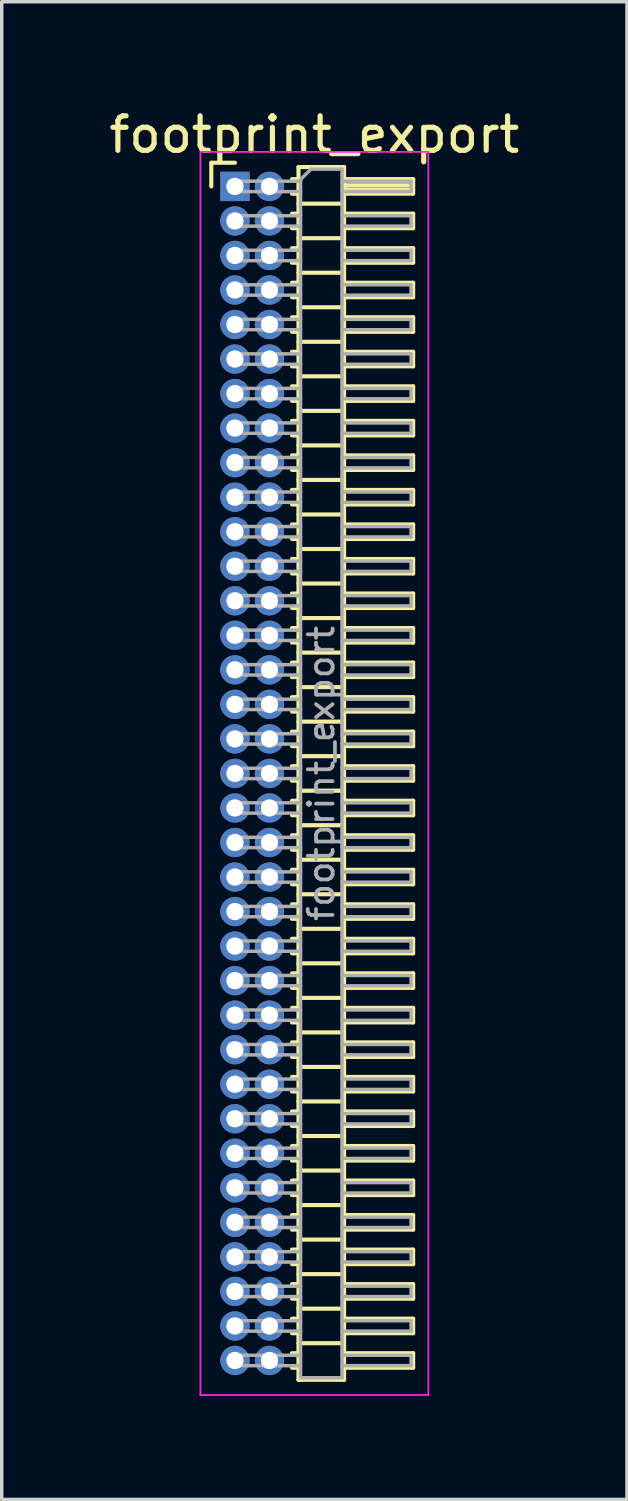
<source format=kicad_pcb>
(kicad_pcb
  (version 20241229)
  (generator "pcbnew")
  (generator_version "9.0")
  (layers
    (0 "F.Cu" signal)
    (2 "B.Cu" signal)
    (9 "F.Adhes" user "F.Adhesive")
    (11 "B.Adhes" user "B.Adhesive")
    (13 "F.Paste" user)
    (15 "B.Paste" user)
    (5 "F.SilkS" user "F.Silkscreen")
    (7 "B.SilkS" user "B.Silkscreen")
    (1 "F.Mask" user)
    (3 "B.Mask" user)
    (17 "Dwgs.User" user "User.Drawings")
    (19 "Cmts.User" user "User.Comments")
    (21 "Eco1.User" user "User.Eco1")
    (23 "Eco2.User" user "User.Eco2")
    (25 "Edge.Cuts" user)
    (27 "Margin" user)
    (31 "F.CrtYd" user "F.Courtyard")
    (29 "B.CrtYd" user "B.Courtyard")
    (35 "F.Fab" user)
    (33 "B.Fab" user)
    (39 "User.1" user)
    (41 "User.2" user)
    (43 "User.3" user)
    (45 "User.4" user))
  (footprint "footprint_export"
    (layer "F.Cu")
    (at 3.754 2.348)
    (property "Reference" "footprint_export" (at 2.3 -1.5 0) (layer "F.SilkS") (effects (font (size 1 1) (thickness 0.15))))
    (attr through_hole)
    (fp_line (start -0.685 -0.685) (end 0 -0.685) (stroke (width 0.12) (type solid)) (layer "F.SilkS"))
    (fp_line (start -0.685 0) (end -0.685 -0.685) (stroke (width 0.12) (type solid)) (layer "F.SilkS"))
    (fp_line (start 1.652 -0.21) (end 1.84 -0.21) (stroke (width 0.12) (type solid)) (layer "F.SilkS"))
    (fp_line (start 1.652 0.21) (end 1.84 0.21) (stroke (width 0.12) (type solid)) (layer "F.SilkS"))
    (fp_line (start 1.652 0.79) (end 1.84 0.79) (stroke (width 0.12) (type solid)) (layer "F.SilkS"))
    (fp_line (start 1.652 1.21) (end 1.84 1.21) (stroke (width 0.12) (type solid)) (layer "F.SilkS"))
    (fp_line (start 1.652 1.79) (end 1.84 1.79) (stroke (width 0.12) (type solid)) (layer "F.SilkS"))
    (fp_line (start 1.652 2.21) (end 1.84 2.21) (stroke (width 0.12) (type solid)) (layer "F.SilkS"))
    (fp_line (start 1.652 2.79) (end 1.84 2.79) (stroke (width 0.12) (type solid)) (layer "F.SilkS"))
    (fp_line (start 1.652 3.21) (end 1.84 3.21) (stroke (width 0.12) (type solid)) (layer "F.SilkS"))
    (fp_line (start 1.652 3.79) (end 1.84 3.79) (stroke (width 0.12) (type solid)) (layer "F.SilkS"))
    (fp_line (start 1.652 4.21) (end 1.84 4.21) (stroke (width 0.12) (type solid)) (layer "F.SilkS"))
    (fp_line (start 1.652 4.79) (end 1.84 4.79) (stroke (width 0.12) (type solid)) (layer "F.SilkS"))
    (fp_line (start 1.652 5.21) (end 1.84 5.21) (stroke (width 0.12) (type solid)) (layer "F.SilkS"))
    (fp_line (start 1.652 5.79) (end 1.84 5.79) (stroke (width 0.12) (type solid)) (layer "F.SilkS"))
    (fp_line (start 1.652 6.21) (end 1.84 6.21) (stroke (width 0.12) (type solid)) (layer "F.SilkS"))
    (fp_line (start 1.652 6.79) (end 1.84 6.79) (stroke (width 0.12) (type solid)) (layer "F.SilkS"))
    (fp_line (start 1.652 7.21) (end 1.84 7.21) (stroke (width 0.12) (type solid)) (layer "F.SilkS"))
    (fp_line (start 1.652 7.79) (end 1.84 7.79) (stroke (width 0.12) (type solid)) (layer "F.SilkS"))
    (fp_line (start 1.652 8.21) (end 1.84 8.21) (stroke (width 0.12) (type solid)) (layer "F.SilkS"))
    (fp_line (start 1.652 8.79) (end 1.84 8.79) (stroke (width 0.12) (type solid)) (layer "F.SilkS"))
    (fp_line (start 1.652 9.21) (end 1.84 9.21) (stroke (width 0.12) (type solid)) (layer "F.SilkS"))
    (fp_line (start 1.652 9.79) (end 1.84 9.79) (stroke (width 0.12) (type solid)) (layer "F.SilkS"))
    (fp_line (start 1.652 10.21) (end 1.84 10.21) (stroke (width 0.12) (type solid)) (layer "F.SilkS"))
    (fp_line (start 1.652 10.79) (end 1.84 10.79) (stroke (width 0.12) (type solid)) (layer "F.SilkS"))
    (fp_line (start 1.652 11.21) (end 1.84 11.21) (stroke (width 0.12) (type solid)) (layer "F.SilkS"))
    (fp_line (start 1.652 11.79) (end 1.84 11.79) (stroke (width 0.12) (type solid)) (layer "F.SilkS"))
    (fp_line (start 1.652 12.21) (end 1.84 12.21) (stroke (width 0.12) (type solid)) (layer "F.SilkS"))
    (fp_line (start 1.652 12.79) (end 1.84 12.79) (stroke (width 0.12) (type solid)) (layer "F.SilkS"))
    (fp_line (start 1.652 13.21) (end 1.84 13.21) (stroke (width 0.12) (type solid)) (layer "F.SilkS"))
    (fp_line (start 1.652 13.79) (end 1.84 13.79) (stroke (width 0.12) (type solid)) (layer "F.SilkS"))
    (fp_line (start 1.652 14.21) (end 1.84 14.21) (stroke (width 0.12) (type solid)) (layer "F.SilkS"))
    (fp_line (start 1.652 14.79) (end 1.84 14.79) (stroke (width 0.12) (type solid)) (layer "F.SilkS"))
    (fp_line (start 1.652 15.21) (end 1.84 15.21) (stroke (width 0.12) (type solid)) (layer "F.SilkS"))
    (fp_line (start 1.652 15.79) (end 1.84 15.79) (stroke (width 0.12) (type solid)) (layer "F.SilkS"))
    (fp_line (start 1.652 16.21) (end 1.84 16.21) (stroke (width 0.12) (type solid)) (layer "F.SilkS"))
    (fp_line (start 1.652 16.79) (end 1.84 16.79) (stroke (width 0.12) (type solid)) (layer "F.SilkS"))
    (fp_line (start 1.652 17.21) (end 1.84 17.21) (stroke (width 0.12) (type solid)) (layer "F.SilkS"))
    (fp_line (start 1.652 17.79) (end 1.84 17.79) (stroke (width 0.12) (type solid)) (layer "F.SilkS"))
    (fp_line (start 1.652 18.21) (end 1.84 18.21) (stroke (width 0.12) (type solid)) (layer "F.SilkS"))
    (fp_line (start 1.652 18.79) (end 1.84 18.79) (stroke (width 0.12) (type solid)) (layer "F.SilkS"))
    (fp_line (start 1.652 19.21) (end 1.84 19.21) (stroke (width 0.12) (type solid)) (layer "F.SilkS"))
    (fp_line (start 1.652 19.79) (end 1.84 19.79) (stroke (width 0.12) (type solid)) (layer "F.SilkS"))
    (fp_line (start 1.652 20.21) (end 1.84 20.21) (stroke (width 0.12) (type solid)) (layer "F.SilkS"))
    (fp_line (start 1.652 20.79) (end 1.84 20.79) (stroke (width 0.12) (type solid)) (layer "F.SilkS"))
    (fp_line (start 1.652 21.21) (end 1.84 21.21) (stroke (width 0.12) (type solid)) (layer "F.SilkS"))
    (fp_line (start 1.652 21.79) (end 1.84 21.79) (stroke (width 0.12) (type solid)) (layer "F.SilkS"))
    (fp_line (start 1.652 22.21) (end 1.84 22.21) (stroke (width 0.12) (type solid)) (layer "F.SilkS"))
    (fp_line (start 1.652 22.79) (end 1.84 22.79) (stroke (width 0.12) (type solid)) (layer "F.SilkS"))
    (fp_line (start 1.652 23.21) (end 1.84 23.21) (stroke (width 0.12) (type solid)) (layer "F.SilkS"))
    (fp_line (start 1.652 23.79) (end 1.84 23.79) (stroke (width 0.12) (type solid)) (layer "F.SilkS"))
    (fp_line (start 1.652 24.21) (end 1.84 24.21) (stroke (width 0.12) (type solid)) (layer "F.SilkS"))
    (fp_line (start 1.652 24.79) (end 1.84 24.79) (stroke (width 0.12) (type solid)) (layer "F.SilkS"))
    (fp_line (start 1.652 25.21) (end 1.84 25.21) (stroke (width 0.12) (type solid)) (layer "F.SilkS"))
    (fp_line (start 1.652 25.79) (end 1.84 25.79) (stroke (width 0.12) (type solid)) (layer "F.SilkS"))
    (fp_line (start 1.652 26.21) (end 1.84 26.21) (stroke (width 0.12) (type solid)) (layer "F.SilkS"))
    (fp_line (start 1.652 26.79) (end 1.84 26.79) (stroke (width 0.12) (type solid)) (layer "F.SilkS"))
    (fp_line (start 1.652 27.21) (end 1.84 27.21) (stroke (width 0.12) (type solid)) (layer "F.SilkS"))
    (fp_line (start 1.652 27.79) (end 1.84 27.79) (stroke (width 0.12) (type solid)) (layer "F.SilkS"))
    (fp_line (start 1.652 28.21) (end 1.84 28.21) (stroke (width 0.12) (type solid)) (layer "F.SilkS"))
    (fp_line (start 1.652 28.79) (end 1.84 28.79) (stroke (width 0.12) (type solid)) (layer "F.SilkS"))
    (fp_line (start 1.652 29.21) (end 1.84 29.21) (stroke (width 0.12) (type solid)) (layer "F.SilkS"))
    (fp_line (start 1.652 29.79) (end 1.84 29.79) (stroke (width 0.12) (type solid)) (layer "F.SilkS"))
    (fp_line (start 1.652 30.21) (end 1.84 30.21) (stroke (width 0.12) (type solid)) (layer "F.SilkS"))
    (fp_line (start 1.652 30.79) (end 1.84 30.79) (stroke (width 0.12) (type solid)) (layer "F.SilkS"))
    (fp_line (start 1.652 31.21) (end 1.84 31.21) (stroke (width 0.12) (type solid)) (layer "F.SilkS"))
    (fp_line (start 1.652 31.79) (end 1.84 31.79) (stroke (width 0.12) (type solid)) (layer "F.SilkS"))
    (fp_line (start 1.652 32.21) (end 1.84 32.21) (stroke (width 0.12) (type solid)) (layer "F.SilkS"))
    (fp_line (start 1.652 32.79) (end 1.84 32.79) (stroke (width 0.12) (type solid)) (layer "F.SilkS"))
    (fp_line (start 1.652 33.21) (end 1.84 33.21) (stroke (width 0.12) (type solid)) (layer "F.SilkS"))
    (fp_line (start 1.652 33.79) (end 1.84 33.79) (stroke (width 0.12) (type solid)) (layer "F.SilkS"))
    (fp_line (start 1.652 34.21) (end 1.84 34.21) (stroke (width 0.12) (type solid)) (layer "F.SilkS"))
    (fp_line (start 1.84 -0.56) (end 1.84 34.56) (stroke (width 0.12) (type solid)) (layer "F.SilkS"))
    (fp_line (start 1.84 0.5) (end 3.16 0.5) (stroke (width 0.12) (type solid)) (layer "F.SilkS"))
    (fp_line (start 1.84 1.5) (end 3.16 1.5) (stroke (width 0.12) (type solid)) (layer "F.SilkS"))
    (fp_line (start 1.84 2.5) (end 3.16 2.5) (stroke (width 0.12) (type solid)) (layer "F.SilkS"))
    (fp_line (start 1.84 3.5) (end 3.16 3.5) (stroke (width 0.12) (type solid)) (layer "F.SilkS"))
    (fp_line (start 1.84 4.5) (end 3.16 4.5) (stroke (width 0.12) (type solid)) (layer "F.SilkS"))
    (fp_line (start 1.84 5.5) (end 3.16 5.5) (stroke (width 0.12) (type solid)) (layer "F.SilkS"))
    (fp_line (start 1.84 6.5) (end 3.16 6.5) (stroke (width 0.12) (type solid)) (layer "F.SilkS"))
    (fp_line (start 1.84 7.5) (end 3.16 7.5) (stroke (width 0.12) (type solid)) (layer "F.SilkS"))
    (fp_line (start 1.84 8.5) (end 3.16 8.5) (stroke (width 0.12) (type solid)) (layer "F.SilkS"))
    (fp_line (start 1.84 9.5) (end 3.16 9.5) (stroke (width 0.12) (type solid)) (layer "F.SilkS"))
    (fp_line (start 1.84 10.5) (end 3.16 10.5) (stroke (width 0.12) (type solid)) (layer "F.SilkS"))
    (fp_line (start 1.84 11.5) (end 3.16 11.5) (stroke (width 0.12) (type solid)) (layer "F.SilkS"))
    (fp_line (start 1.84 12.5) (end 3.16 12.5) (stroke (width 0.12) (type solid)) (layer "F.SilkS"))
    (fp_line (start 1.84 13.5) (end 3.16 13.5) (stroke (width 0.12) (type solid)) (layer "F.SilkS"))
    (fp_line (start 1.84 14.5) (end 3.16 14.5) (stroke (width 0.12) (type solid)) (layer "F.SilkS"))
    (fp_line (start 1.84 15.5) (end 3.16 15.5) (stroke (width 0.12) (type solid)) (layer "F.SilkS"))
    (fp_line (start 1.84 16.5) (end 3.16 16.5) (stroke (width 0.12) (type solid)) (layer "F.SilkS"))
    (fp_line (start 1.84 17.5) (end 3.16 17.5) (stroke (width 0.12) (type solid)) (layer "F.SilkS"))
    (fp_line (start 1.84 18.5) (end 3.16 18.5) (stroke (width 0.12) (type solid)) (layer "F.SilkS"))
    (fp_line (start 1.84 19.5) (end 3.16 19.5) (stroke (width 0.12) (type solid)) (layer "F.SilkS"))
    (fp_line (start 1.84 20.5) (end 3.16 20.5) (stroke (width 0.12) (type solid)) (layer "F.SilkS"))
    (fp_line (start 1.84 21.5) (end 3.16 21.5) (stroke (width 0.12) (type solid)) (layer "F.SilkS"))
    (fp_line (start 1.84 22.5) (end 3.16 22.5) (stroke (width 0.12) (type solid)) (layer "F.SilkS"))
    (fp_line (start 1.84 23.5) (end 3.16 23.5) (stroke (width 0.12) (type solid)) (layer "F.SilkS"))
    (fp_line (start 1.84 24.5) (end 3.16 24.5) (stroke (width 0.12) (type solid)) (layer "F.SilkS"))
    (fp_line (start 1.84 25.5) (end 3.16 25.5) (stroke (width 0.12) (type solid)) (layer "F.SilkS"))
    (fp_line (start 1.84 26.5) (end 3.16 26.5) (stroke (width 0.12) (type solid)) (layer "F.SilkS"))
    (fp_line (start 1.84 27.5) (end 3.16 27.5) (stroke (width 0.12) (type solid)) (layer "F.SilkS"))
    (fp_line (start 1.84 28.5) (end 3.16 28.5) (stroke (width 0.12) (type solid)) (layer "F.SilkS"))
    (fp_line (start 1.84 29.5) (end 3.16 29.5) (stroke (width 0.12) (type solid)) (layer "F.SilkS"))
    (fp_line (start 1.84 30.5) (end 3.16 30.5) (stroke (width 0.12) (type solid)) (layer "F.SilkS"))
    (fp_line (start 1.84 31.5) (end 3.16 31.5) (stroke (width 0.12) (type solid)) (layer "F.SilkS"))
    (fp_line (start 1.84 32.5) (end 3.16 32.5) (stroke (width 0.12) (type solid)) (layer "F.SilkS"))
    (fp_line (start 1.84 33.5) (end 3.16 33.5) (stroke (width 0.12) (type solid)) (layer "F.SilkS"))
    (fp_line (start 1.84 34.56) (end 3.16 34.56) (stroke (width 0.12) (type solid)) (layer "F.SilkS"))
    (fp_line (start 3.16 -0.56) (end 1.84 -0.56) (stroke (width 0.12) (type solid)) (layer "F.SilkS"))
    (fp_line (start 3.16 -0.21) (end 5.16 -0.21) (stroke (width 0.12) (type solid)) (layer "F.SilkS"))
    (fp_line (start 3.16 -0.15) (end 5.16 -0.15) (stroke (width 0.12) (type solid)) (layer "F.SilkS"))
    (fp_line (start 3.16 -0.03) (end 5.16 -0.03) (stroke (width 0.12) (type solid)) (layer "F.SilkS"))
    (fp_line (start 3.16 0.09) (end 5.16 0.09) (stroke (width 0.12) (type solid)) (layer "F.SilkS"))
    (fp_line (start 3.16 0.79) (end 5.16 0.79) (stroke (width 0.12) (type solid)) (layer "F.SilkS"))
    (fp_line (start 3.16 1.79) (end 5.16 1.79) (stroke (width 0.12) (type solid)) (layer "F.SilkS"))
    (fp_line (start 3.16 2.79) (end 5.16 2.79) (stroke (width 0.12) (type solid)) (layer "F.SilkS"))
    (fp_line (start 3.16 3.79) (end 5.16 3.79) (stroke (width 0.12) (type solid)) (layer "F.SilkS"))
    (fp_line (start 3.16 4.79) (end 5.16 4.79) (stroke (width 0.12) (type solid)) (layer "F.SilkS"))
    (fp_line (start 3.16 5.79) (end 5.16 5.79) (stroke (width 0.12) (type solid)) (layer "F.SilkS"))
    (fp_line (start 3.16 6.79) (end 5.16 6.79) (stroke (width 0.12) (type solid)) (layer "F.SilkS"))
    (fp_line (start 3.16 7.79) (end 5.16 7.79) (stroke (width 0.12) (type solid)) (layer "F.SilkS"))
    (fp_line (start 3.16 8.79) (end 5.16 8.79) (stroke (width 0.12) (type solid)) (layer "F.SilkS"))
    (fp_line (start 3.16 9.79) (end 5.16 9.79) (stroke (width 0.12) (type solid)) (layer "F.SilkS"))
    (fp_line (start 3.16 10.79) (end 5.16 10.79) (stroke (width 0.12) (type solid)) (layer "F.SilkS"))
    (fp_line (start 3.16 11.79) (end 5.16 11.79) (stroke (width 0.12) (type solid)) (layer "F.SilkS"))
    (fp_line (start 3.16 12.79) (end 5.16 12.79) (stroke (width 0.12) (type solid)) (layer "F.SilkS"))
    (fp_line (start 3.16 13.79) (end 5.16 13.79) (stroke (width 0.12) (type solid)) (layer "F.SilkS"))
    (fp_line (start 3.16 14.79) (end 5.16 14.79) (stroke (width 0.12) (type solid)) (layer "F.SilkS"))
    (fp_line (start 3.16 15.79) (end 5.16 15.79) (stroke (width 0.12) (type solid)) (layer "F.SilkS"))
    (fp_line (start 3.16 16.79) (end 5.16 16.79) (stroke (width 0.12) (type solid)) (layer "F.SilkS"))
    (fp_line (start 3.16 17.79) (end 5.16 17.79) (stroke (width 0.12) (type solid)) (layer "F.SilkS"))
    (fp_line (start 3.16 18.79) (end 5.16 18.79) (stroke (width 0.12) (type solid)) (layer "F.SilkS"))
    (fp_line (start 3.16 19.79) (end 5.16 19.79) (stroke (width 0.12) (type solid)) (layer "F.SilkS"))
    (fp_line (start 3.16 20.79) (end 5.16 20.79) (stroke (width 0.12) (type solid)) (layer "F.SilkS"))
    (fp_line (start 3.16 21.79) (end 5.16 21.79) (stroke (width 0.12) (type solid)) (layer "F.SilkS"))
    (fp_line (start 3.16 22.79) (end 5.16 22.79) (stroke (width 0.12) (type solid)) (layer "F.SilkS"))
    (fp_line (start 3.16 23.79) (end 5.16 23.79) (stroke (width 0.12) (type solid)) (layer "F.SilkS"))
    (fp_line (start 3.16 24.79) (end 5.16 24.79) (stroke (width 0.12) (type solid)) (layer "F.SilkS"))
    (fp_line (start 3.16 25.79) (end 5.16 25.79) (stroke (width 0.12) (type solid)) (layer "F.SilkS"))
    (fp_line (start 3.16 26.79) (end 5.16 26.79) (stroke (width 0.12) (type solid)) (layer "F.SilkS"))
    (fp_line (start 3.16 27.79) (end 5.16 27.79) (stroke (width 0.12) (type solid)) (layer "F.SilkS"))
    (fp_line (start 3.16 28.79) (end 5.16 28.79) (stroke (width 0.12) (type solid)) (layer "F.SilkS"))
    (fp_line (start 3.16 29.79) (end 5.16 29.79) (stroke (width 0.12) (type solid)) (layer "F.SilkS"))
    (fp_line (start 3.16 30.79) (end 5.16 30.79) (stroke (width 0.12) (type solid)) (layer "F.SilkS"))
    (fp_line (start 3.16 31.79) (end 5.16 31.79) (stroke (width 0.12) (type solid)) (layer "F.SilkS"))
    (fp_line (start 3.16 32.79) (end 5.16 32.79) (stroke (width 0.12) (type solid)) (layer "F.SilkS"))
    (fp_line (start 3.16 33.79) (end 5.16 33.79) (stroke (width 0.12) (type solid)) (layer "F.SilkS"))
    (fp_line (start 3.16 34.56) (end 3.16 -0.56) (stroke (width 0.12) (type solid)) (layer "F.SilkS"))
    (fp_line (start 5.16 -0.21) (end 5.16 0.21) (stroke (width 0.12) (type solid)) (layer "F.SilkS"))
    (fp_line (start 5.16 0.21) (end 3.16 0.21) (stroke (width 0.12) (type solid)) (layer "F.SilkS"))
    (fp_line (start 5.16 0.79) (end 5.16 1.21) (stroke (width 0.12) (type solid)) (layer "F.SilkS"))
    (fp_line (start 5.16 1.21) (end 3.16 1.21) (stroke (width 0.12) (type solid)) (layer "F.SilkS"))
    (fp_line (start 5.16 1.79) (end 5.16 2.21) (stroke (width 0.12) (type solid)) (layer "F.SilkS"))
    (fp_line (start 5.16 2.21) (end 3.16 2.21) (stroke (width 0.12) (type solid)) (layer "F.SilkS"))
    (fp_line (start 5.16 2.79) (end 5.16 3.21) (stroke (width 0.12) (type solid)) (layer "F.SilkS"))
    (fp_line (start 5.16 3.21) (end 3.16 3.21) (stroke (width 0.12) (type solid)) (layer "F.SilkS"))
    (fp_line (start 5.16 3.79) (end 5.16 4.21) (stroke (width 0.12) (type solid)) (layer "F.SilkS"))
    (fp_line (start 5.16 4.21) (end 3.16 4.21) (stroke (width 0.12) (type solid)) (layer "F.SilkS"))
    (fp_line (start 5.16 4.79) (end 5.16 5.21) (stroke (width 0.12) (type solid)) (layer "F.SilkS"))
    (fp_line (start 5.16 5.21) (end 3.16 5.21) (stroke (width 0.12) (type solid)) (layer "F.SilkS"))
    (fp_line (start 5.16 5.79) (end 5.16 6.21) (stroke (width 0.12) (type solid)) (layer "F.SilkS"))
    (fp_line (start 5.16 6.21) (end 3.16 6.21) (stroke (width 0.12) (type solid)) (layer "F.SilkS"))
    (fp_line (start 5.16 6.79) (end 5.16 7.21) (stroke (width 0.12) (type solid)) (layer "F.SilkS"))
    (fp_line (start 5.16 7.21) (end 3.16 7.21) (stroke (width 0.12) (type solid)) (layer "F.SilkS"))
    (fp_line (start 5.16 7.79) (end 5.16 8.21) (stroke (width 0.12) (type solid)) (layer "F.SilkS"))
    (fp_line (start 5.16 8.21) (end 3.16 8.21) (stroke (width 0.12) (type solid)) (layer "F.SilkS"))
    (fp_line (start 5.16 8.79) (end 5.16 9.21) (stroke (width 0.12) (type solid)) (layer "F.SilkS"))
    (fp_line (start 5.16 9.21) (end 3.16 9.21) (stroke (width 0.12) (type solid)) (layer "F.SilkS"))
    (fp_line (start 5.16 9.79) (end 5.16 10.21) (stroke (width 0.12) (type solid)) (layer "F.SilkS"))
    (fp_line (start 5.16 10.21) (end 3.16 10.21) (stroke (width 0.12) (type solid)) (layer "F.SilkS"))
    (fp_line (start 5.16 10.79) (end 5.16 11.21) (stroke (width 0.12) (type solid)) (layer "F.SilkS"))
    (fp_line (start 5.16 11.21) (end 3.16 11.21) (stroke (width 0.12) (type solid)) (layer "F.SilkS"))
    (fp_line (start 5.16 11.79) (end 5.16 12.21) (stroke (width 0.12) (type solid)) (layer "F.SilkS"))
    (fp_line (start 5.16 12.21) (end 3.16 12.21) (stroke (width 0.12) (type solid)) (layer "F.SilkS"))
    (fp_line (start 5.16 12.79) (end 5.16 13.21) (stroke (width 0.12) (type solid)) (layer "F.SilkS"))
    (fp_line (start 5.16 13.21) (end 3.16 13.21) (stroke (width 0.12) (type solid)) (layer "F.SilkS"))
    (fp_line (start 5.16 13.79) (end 5.16 14.21) (stroke (width 0.12) (type solid)) (layer "F.SilkS"))
    (fp_line (start 5.16 14.21) (end 3.16 14.21) (stroke (width 0.12) (type solid)) (layer "F.SilkS"))
    (fp_line (start 5.16 14.79) (end 5.16 15.21) (stroke (width 0.12) (type solid)) (layer "F.SilkS"))
    (fp_line (start 5.16 15.21) (end 3.16 15.21) (stroke (width 0.12) (type solid)) (layer "F.SilkS"))
    (fp_line (start 5.16 15.79) (end 5.16 16.21) (stroke (width 0.12) (type solid)) (layer "F.SilkS"))
    (fp_line (start 5.16 16.21) (end 3.16 16.21) (stroke (width 0.12) (type solid)) (layer "F.SilkS"))
    (fp_line (start 5.16 16.79) (end 5.16 17.21) (stroke (width 0.12) (type solid)) (layer "F.SilkS"))
    (fp_line (start 5.16 17.21) (end 3.16 17.21) (stroke (width 0.12) (type solid)) (layer "F.SilkS"))
    (fp_line (start 5.16 17.79) (end 5.16 18.21) (stroke (width 0.12) (type solid)) (layer "F.SilkS"))
    (fp_line (start 5.16 18.21) (end 3.16 18.21) (stroke (width 0.12) (type solid)) (layer "F.SilkS"))
    (fp_line (start 5.16 18.79) (end 5.16 19.21) (stroke (width 0.12) (type solid)) (layer "F.SilkS"))
    (fp_line (start 5.16 19.21) (end 3.16 19.21) (stroke (width 0.12) (type solid)) (layer "F.SilkS"))
    (fp_line (start 5.16 19.79) (end 5.16 20.21) (stroke (width 0.12) (type solid)) (layer "F.SilkS"))
    (fp_line (start 5.16 20.21) (end 3.16 20.21) (stroke (width 0.12) (type solid)) (layer "F.SilkS"))
    (fp_line (start 5.16 20.79) (end 5.16 21.21) (stroke (width 0.12) (type solid)) (layer "F.SilkS"))
    (fp_line (start 5.16 21.21) (end 3.16 21.21) (stroke (width 0.12) (type solid)) (layer "F.SilkS"))
    (fp_line (start 5.16 21.79) (end 5.16 22.21) (stroke (width 0.12) (type solid)) (layer "F.SilkS"))
    (fp_line (start 5.16 22.21) (end 3.16 22.21) (stroke (width 0.12) (type solid)) (layer "F.SilkS"))
    (fp_line (start 5.16 22.79) (end 5.16 23.21) (stroke (width 0.12) (type solid)) (layer "F.SilkS"))
    (fp_line (start 5.16 23.21) (end 3.16 23.21) (stroke (width 0.12) (type solid)) (layer "F.SilkS"))
    (fp_line (start 5.16 23.79) (end 5.16 24.21) (stroke (width 0.12) (type solid)) (layer "F.SilkS"))
    (fp_line (start 5.16 24.21) (end 3.16 24.21) (stroke (width 0.12) (type solid)) (layer "F.SilkS"))
    (fp_line (start 5.16 24.79) (end 5.16 25.21) (stroke (width 0.12) (type solid)) (layer "F.SilkS"))
    (fp_line (start 5.16 25.21) (end 3.16 25.21) (stroke (width 0.12) (type solid)) (layer "F.SilkS"))
    (fp_line (start 5.16 25.79) (end 5.16 26.21) (stroke (width 0.12) (type solid)) (layer "F.SilkS"))
    (fp_line (start 5.16 26.21) (end 3.16 26.21) (stroke (width 0.12) (type solid)) (layer "F.SilkS"))
    (fp_line (start 5.16 26.79) (end 5.16 27.21) (stroke (width 0.12) (type solid)) (layer "F.SilkS"))
    (fp_line (start 5.16 27.21) (end 3.16 27.21) (stroke (width 0.12) (type solid)) (layer "F.SilkS"))
    (fp_line (start 5.16 27.79) (end 5.16 28.21) (stroke (width 0.12) (type solid)) (layer "F.SilkS"))
    (fp_line (start 5.16 28.21) (end 3.16 28.21) (stroke (width 0.12) (type solid)) (layer "F.SilkS"))
    (fp_line (start 5.16 28.79) (end 5.16 29.21) (stroke (width 0.12) (type solid)) (layer "F.SilkS"))
    (fp_line (start 5.16 29.21) (end 3.16 29.21) (stroke (width 0.12) (type solid)) (layer "F.SilkS"))
    (fp_line (start 5.16 29.79) (end 5.16 30.21) (stroke (width 0.12) (type solid)) (layer "F.SilkS"))
    (fp_line (start 5.16 30.21) (end 3.16 30.21) (stroke (width 0.12) (type solid)) (layer "F.SilkS"))
    (fp_line (start 5.16 30.79) (end 5.16 31.21) (stroke (width 0.12) (type solid)) (layer "F.SilkS"))
    (fp_line (start 5.16 31.21) (end 3.16 31.21) (stroke (width 0.12) (type solid)) (layer "F.SilkS"))
    (fp_line (start 5.16 31.79) (end 5.16 32.21) (stroke (width 0.12) (type solid)) (layer "F.SilkS"))
    (fp_line (start 5.16 32.21) (end 3.16 32.21) (stroke (width 0.12) (type solid)) (layer "F.SilkS"))
    (fp_line (start 5.16 32.79) (end 5.16 33.21) (stroke (width 0.12) (type solid)) (layer "F.SilkS"))
    (fp_line (start 5.16 33.21) (end 3.16 33.21) (stroke (width 0.12) (type solid)) (layer "F.SilkS"))
    (fp_line (start 5.16 33.79) (end 5.16 34.21) (stroke (width 0.12) (type solid)) (layer "F.SilkS"))
    (fp_line (start 5.16 34.21) (end 3.16 34.21) (stroke (width 0.12) (type solid)) (layer "F.SilkS"))
    (fp_line (start -1 -1) (end -1 35) (stroke (width 0.05) (type solid)) (layer "F.CrtYd"))
    (fp_line (start -1 35) (end 5.6 35) (stroke (width 0.05) (type solid)) (layer "F.CrtYd"))
    (fp_line (start 5.6 -1) (end -1 -1) (stroke (width 0.05) (type solid)) (layer "F.CrtYd"))
    (fp_line (start 5.6 35) (end 5.6 -1) (stroke (width 0.05) (type solid)) (layer "F.CrtYd"))
    (fp_line (start -0.15 -0.15) (end -0.15 0.15) (stroke (width 0.1) (type solid)) (layer "F.Fab"))
    (fp_line (start -0.15 -0.15) (end 1.9 -0.15) (stroke (width 0.1) (type solid)) (layer "F.Fab"))
    (fp_line (start -0.15 0.15) (end 1.9 0.15) (stroke (width 0.1) (type solid)) (layer "F.Fab"))
    (fp_line (start -0.15 0.85) (end -0.15 1.15) (stroke (width 0.1) (type solid)) (layer "F.Fab"))
    (fp_line (start -0.15 0.85) (end 1.9 0.85) (stroke (width 0.1) (type solid)) (layer "F.Fab"))
    (fp_line (start -0.15 1.15) (end 1.9 1.15) (stroke (width 0.1) (type solid)) (layer "F.Fab"))
    (fp_line (start -0.15 1.85) (end -0.15 2.15) (stroke (width 0.1) (type solid)) (layer "F.Fab"))
    (fp_line (start -0.15 1.85) (end 1.9 1.85) (stroke (width 0.1) (type solid)) (layer "F.Fab"))
    (fp_line (start -0.15 2.15) (end 1.9 2.15) (stroke (width 0.1) (type solid)) (layer "F.Fab"))
    (fp_line (start -0.15 2.85) (end -0.15 3.15) (stroke (width 0.1) (type solid)) (layer "F.Fab"))
    (fp_line (start -0.15 2.85) (end 1.9 2.85) (stroke (width 0.1) (type solid)) (layer "F.Fab"))
    (fp_line (start -0.15 3.15) (end 1.9 3.15) (stroke (width 0.1) (type solid)) (layer "F.Fab"))
    (fp_line (start -0.15 3.85) (end -0.15 4.15) (stroke (width 0.1) (type solid)) (layer "F.Fab"))
    (fp_line (start -0.15 3.85) (end 1.9 3.85) (stroke (width 0.1) (type solid)) (layer "F.Fab"))
    (fp_line (start -0.15 4.15) (end 1.9 4.15) (stroke (width 0.1) (type solid)) (layer "F.Fab"))
    (fp_line (start -0.15 4.85) (end -0.15 5.15) (stroke (width 0.1) (type solid)) (layer "F.Fab"))
    (fp_line (start -0.15 4.85) (end 1.9 4.85) (stroke (width 0.1) (type solid)) (layer "F.Fab"))
    (fp_line (start -0.15 5.15) (end 1.9 5.15) (stroke (width 0.1) (type solid)) (layer "F.Fab"))
    (fp_line (start -0.15 5.85) (end -0.15 6.15) (stroke (width 0.1) (type solid)) (layer "F.Fab"))
    (fp_line (start -0.15 5.85) (end 1.9 5.85) (stroke (width 0.1) (type solid)) (layer "F.Fab"))
    (fp_line (start -0.15 6.15) (end 1.9 6.15) (stroke (width 0.1) (type solid)) (layer "F.Fab"))
    (fp_line (start -0.15 6.85) (end -0.15 7.15) (stroke (width 0.1) (type solid)) (layer "F.Fab"))
    (fp_line (start -0.15 6.85) (end 1.9 6.85) (stroke (width 0.1) (type solid)) (layer "F.Fab"))
    (fp_line (start -0.15 7.15) (end 1.9 7.15) (stroke (width 0.1) (type solid)) (layer "F.Fab"))
    (fp_line (start -0.15 7.85) (end -0.15 8.15) (stroke (width 0.1) (type solid)) (layer "F.Fab"))
    (fp_line (start -0.15 7.85) (end 1.9 7.85) (stroke (width 0.1) (type solid)) (layer "F.Fab"))
    (fp_line (start -0.15 8.15) (end 1.9 8.15) (stroke (width 0.1) (type solid)) (layer "F.Fab"))
    (fp_line (start -0.15 8.85) (end -0.15 9.15) (stroke (width 0.1) (type solid)) (layer "F.Fab"))
    (fp_line (start -0.15 8.85) (end 1.9 8.85) (stroke (width 0.1) (type solid)) (layer "F.Fab"))
    (fp_line (start -0.15 9.15) (end 1.9 9.15) (stroke (width 0.1) (type solid)) (layer "F.Fab"))
    (fp_line (start -0.15 9.85) (end -0.15 10.15) (stroke (width 0.1) (type solid)) (layer "F.Fab"))
    (fp_line (start -0.15 9.85) (end 1.9 9.85) (stroke (width 0.1) (type solid)) (layer "F.Fab"))
    (fp_line (start -0.15 10.15) (end 1.9 10.15) (stroke (width 0.1) (type solid)) (layer "F.Fab"))
    (fp_line (start -0.15 10.85) (end -0.15 11.15) (stroke (width 0.1) (type solid)) (layer "F.Fab"))
    (fp_line (start -0.15 10.85) (end 1.9 10.85) (stroke (width 0.1) (type solid)) (layer "F.Fab"))
    (fp_line (start -0.15 11.15) (end 1.9 11.15) (stroke (width 0.1) (type solid)) (layer "F.Fab"))
    (fp_line (start -0.15 11.85) (end -0.15 12.15) (stroke (width 0.1) (type solid)) (layer "F.Fab"))
    (fp_line (start -0.15 11.85) (end 1.9 11.85) (stroke (width 0.1) (type solid)) (layer "F.Fab"))
    (fp_line (start -0.15 12.15) (end 1.9 12.15) (stroke (width 0.1) (type solid)) (layer "F.Fab"))
    (fp_line (start -0.15 12.85) (end -0.15 13.15) (stroke (width 0.1) (type solid)) (layer "F.Fab"))
    (fp_line (start -0.15 12.85) (end 1.9 12.85) (stroke (width 0.1) (type solid)) (layer "F.Fab"))
    (fp_line (start -0.15 13.15) (end 1.9 13.15) (stroke (width 0.1) (type solid)) (layer "F.Fab"))
    (fp_line (start -0.15 13.85) (end -0.15 14.15) (stroke (width 0.1) (type solid)) (layer "F.Fab"))
    (fp_line (start -0.15 13.85) (end 1.9 13.85) (stroke (width 0.1) (type solid)) (layer "F.Fab"))
    (fp_line (start -0.15 14.15) (end 1.9 14.15) (stroke (width 0.1) (type solid)) (layer "F.Fab"))
    (fp_line (start -0.15 14.85) (end -0.15 15.15) (stroke (width 0.1) (type solid)) (layer "F.Fab"))
    (fp_line (start -0.15 14.85) (end 1.9 14.85) (stroke (width 0.1) (type solid)) (layer "F.Fab"))
    (fp_line (start -0.15 15.15) (end 1.9 15.15) (stroke (width 0.1) (type solid)) (layer "F.Fab"))
    (fp_line (start -0.15 15.85) (end -0.15 16.15) (stroke (width 0.1) (type solid)) (layer "F.Fab"))
    (fp_line (start -0.15 15.85) (end 1.9 15.85) (stroke (width 0.1) (type solid)) (layer "F.Fab"))
    (fp_line (start -0.15 16.15) (end 1.9 16.15) (stroke (width 0.1) (type solid)) (layer "F.Fab"))
    (fp_line (start -0.15 16.85) (end -0.15 17.15) (stroke (width 0.1) (type solid)) (layer "F.Fab"))
    (fp_line (start -0.15 16.85) (end 1.9 16.85) (stroke (width 0.1) (type solid)) (layer "F.Fab"))
    (fp_line (start -0.15 17.15) (end 1.9 17.15) (stroke (width 0.1) (type solid)) (layer "F.Fab"))
    (fp_line (start -0.15 17.85) (end -0.15 18.15) (stroke (width 0.1) (type solid)) (layer "F.Fab"))
    (fp_line (start -0.15 17.85) (end 1.9 17.85) (stroke (width 0.1) (type solid)) (layer "F.Fab"))
    (fp_line (start -0.15 18.15) (end 1.9 18.15) (stroke (width 0.1) (type solid)) (layer "F.Fab"))
    (fp_line (start -0.15 18.85) (end -0.15 19.15) (stroke (width 0.1) (type solid)) (layer "F.Fab"))
    (fp_line (start -0.15 18.85) (end 1.9 18.85) (stroke (width 0.1) (type solid)) (layer "F.Fab"))
    (fp_line (start -0.15 19.15) (end 1.9 19.15) (stroke (width 0.1) (type solid)) (layer "F.Fab"))
    (fp_line (start -0.15 19.85) (end -0.15 20.15) (stroke (width 0.1) (type solid)) (layer "F.Fab"))
    (fp_line (start -0.15 19.85) (end 1.9 19.85) (stroke (width 0.1) (type solid)) (layer "F.Fab"))
    (fp_line (start -0.15 20.15) (end 1.9 20.15) (stroke (width 0.1) (type solid)) (layer "F.Fab"))
    (fp_line (start -0.15 20.85) (end -0.15 21.15) (stroke (width 0.1) (type solid)) (layer "F.Fab"))
    (fp_line (start -0.15 20.85) (end 1.9 20.85) (stroke (width 0.1) (type solid)) (layer "F.Fab"))
    (fp_line (start -0.15 21.15) (end 1.9 21.15) (stroke (width 0.1) (type solid)) (layer "F.Fab"))
    (fp_line (start -0.15 21.85) (end -0.15 22.15) (stroke (width 0.1) (type solid)) (layer "F.Fab"))
    (fp_line (start -0.15 21.85) (end 1.9 21.85) (stroke (width 0.1) (type solid)) (layer "F.Fab"))
    (fp_line (start -0.15 22.15) (end 1.9 22.15) (stroke (width 0.1) (type solid)) (layer "F.Fab"))
    (fp_line (start -0.15 22.85) (end -0.15 23.15) (stroke (width 0.1) (type solid)) (layer "F.Fab"))
    (fp_line (start -0.15 22.85) (end 1.9 22.85) (stroke (width 0.1) (type solid)) (layer "F.Fab"))
    (fp_line (start -0.15 23.15) (end 1.9 23.15) (stroke (width 0.1) (type solid)) (layer "F.Fab"))
    (fp_line (start -0.15 23.85) (end -0.15 24.15) (stroke (width 0.1) (type solid)) (layer "F.Fab"))
    (fp_line (start -0.15 23.85) (end 1.9 23.85) (stroke (width 0.1) (type solid)) (layer "F.Fab"))
    (fp_line (start -0.15 24.15) (end 1.9 24.15) (stroke (width 0.1) (type solid)) (layer "F.Fab"))
    (fp_line (start -0.15 24.85) (end -0.15 25.15) (stroke (width 0.1) (type solid)) (layer "F.Fab"))
    (fp_line (start -0.15 24.85) (end 1.9 24.85) (stroke (width 0.1) (type solid)) (layer "F.Fab"))
    (fp_line (start -0.15 25.15) (end 1.9 25.15) (stroke (width 0.1) (type solid)) (layer "F.Fab"))
    (fp_line (start -0.15 25.85) (end -0.15 26.15) (stroke (width 0.1) (type solid)) (layer "F.Fab"))
    (fp_line (start -0.15 25.85) (end 1.9 25.85) (stroke (width 0.1) (type solid)) (layer "F.Fab"))
    (fp_line (start -0.15 26.15) (end 1.9 26.15) (stroke (width 0.1) (type solid)) (layer "F.Fab"))
    (fp_line (start -0.15 26.85) (end -0.15 27.15) (stroke (width 0.1) (type solid)) (layer "F.Fab"))
    (fp_line (start -0.15 26.85) (end 1.9 26.85) (stroke (width 0.1) (type solid)) (layer "F.Fab"))
    (fp_line (start -0.15 27.15) (end 1.9 27.15) (stroke (width 0.1) (type solid)) (layer "F.Fab"))
    (fp_line (start -0.15 27.85) (end -0.15 28.15) (stroke (width 0.1) (type solid)) (layer "F.Fab"))
    (fp_line (start -0.15 27.85) (end 1.9 27.85) (stroke (width 0.1) (type solid)) (layer "F.Fab"))
    (fp_line (start -0.15 28.15) (end 1.9 28.15) (stroke (width 0.1) (type solid)) (layer "F.Fab"))
    (fp_line (start -0.15 28.85) (end -0.15 29.15) (stroke (width 0.1) (type solid)) (layer "F.Fab"))
    (fp_line (start -0.15 28.85) (end 1.9 28.85) (stroke (width 0.1) (type solid)) (layer "F.Fab"))
    (fp_line (start -0.15 29.15) (end 1.9 29.15) (stroke (width 0.1) (type solid)) (layer "F.Fab"))
    (fp_line (start -0.15 29.85) (end -0.15 30.15) (stroke (width 0.1) (type solid)) (layer "F.Fab"))
    (fp_line (start -0.15 29.85) (end 1.9 29.85) (stroke (width 0.1) (type solid)) (layer "F.Fab"))
    (fp_line (start -0.15 30.15) (end 1.9 30.15) (stroke (width 0.1) (type solid)) (layer "F.Fab"))
    (fp_line (start -0.15 30.85) (end -0.15 31.15) (stroke (width 0.1) (type solid)) (layer "F.Fab"))
    (fp_line (start -0.15 30.85) (end 1.9 30.85) (stroke (width 0.1) (type solid)) (layer "F.Fab"))
    (fp_line (start -0.15 31.15) (end 1.9 31.15) (stroke (width 0.1) (type solid)) (layer "F.Fab"))
    (fp_line (start -0.15 31.85) (end -0.15 32.15) (stroke (width 0.1) (type solid)) (layer "F.Fab"))
    (fp_line (start -0.15 31.85) (end 1.9 31.85) (stroke (width 0.1) (type solid)) (layer "F.Fab"))
    (fp_line (start -0.15 32.15) (end 1.9 32.15) (stroke (width 0.1) (type solid)) (layer "F.Fab"))
    (fp_line (start -0.15 32.85) (end -0.15 33.15) (stroke (width 0.1) (type solid)) (layer "F.Fab"))
    (fp_line (start -0.15 32.85) (end 1.9 32.85) (stroke (width 0.1) (type solid)) (layer "F.Fab"))
    (fp_line (start -0.15 33.15) (end 1.9 33.15) (stroke (width 0.1) (type solid)) (layer "F.Fab"))
    (fp_line (start -0.15 33.85) (end -0.15 34.15) (stroke (width 0.1) (type solid)) (layer "F.Fab"))
    (fp_line (start -0.15 33.85) (end 1.9 33.85) (stroke (width 0.1) (type solid)) (layer "F.Fab"))
    (fp_line (start -0.15 34.15) (end 1.9 34.15) (stroke (width 0.1) (type solid)) (layer "F.Fab"))
    (fp_line (start 1.9 -0.2) (end 2.2 -0.5) (stroke (width 0.1) (type solid)) (layer "F.Fab"))
    (fp_line (start 1.9 34.5) (end 1.9 -0.2) (stroke (width 0.1) (type solid)) (layer "F.Fab"))
    (fp_line (start 2.2 -0.5) (end 3.1 -0.5) (stroke (width 0.1) (type solid)) (layer "F.Fab"))
    (fp_line (start 3.1 -0.5) (end 3.1 34.5) (stroke (width 0.1) (type solid)) (layer "F.Fab"))
    (fp_line (start 3.1 -0.15) (end 5.1 -0.15) (stroke (width 0.1) (type solid)) (layer "F.Fab"))
    (fp_line (start 3.1 0.15) (end 5.1 0.15) (stroke (width 0.1) (type solid)) (layer "F.Fab"))
    (fp_line (start 3.1 0.85) (end 5.1 0.85) (stroke (width 0.1) (type solid)) (layer "F.Fab"))
    (fp_line (start 3.1 1.15) (end 5.1 1.15) (stroke (width 0.1) (type solid)) (layer "F.Fab"))
    (fp_line (start 3.1 1.85) (end 5.1 1.85) (stroke (width 0.1) (type solid)) (layer "F.Fab"))
    (fp_line (start 3.1 2.15) (end 5.1 2.15) (stroke (width 0.1) (type solid)) (layer "F.Fab"))
    (fp_line (start 3.1 2.85) (end 5.1 2.85) (stroke (width 0.1) (type solid)) (layer "F.Fab"))
    (fp_line (start 3.1 3.15) (end 5.1 3.15) (stroke (width 0.1) (type solid)) (layer "F.Fab"))
    (fp_line (start 3.1 3.85) (end 5.1 3.85) (stroke (width 0.1) (type solid)) (layer "F.Fab"))
    (fp_line (start 3.1 4.15) (end 5.1 4.15) (stroke (width 0.1) (type solid)) (layer "F.Fab"))
    (fp_line (start 3.1 4.85) (end 5.1 4.85) (stroke (width 0.1) (type solid)) (layer "F.Fab"))
    (fp_line (start 3.1 5.15) (end 5.1 5.15) (stroke (width 0.1) (type solid)) (layer "F.Fab"))
    (fp_line (start 3.1 5.85) (end 5.1 5.85) (stroke (width 0.1) (type solid)) (layer "F.Fab"))
    (fp_line (start 3.1 6.15) (end 5.1 6.15) (stroke (width 0.1) (type solid)) (layer "F.Fab"))
    (fp_line (start 3.1 6.85) (end 5.1 6.85) (stroke (width 0.1) (type solid)) (layer "F.Fab"))
    (fp_line (start 3.1 7.15) (end 5.1 7.15) (stroke (width 0.1) (type solid)) (layer "F.Fab"))
    (fp_line (start 3.1 7.85) (end 5.1 7.85) (stroke (width 0.1) (type solid)) (layer "F.Fab"))
    (fp_line (start 3.1 8.15) (end 5.1 8.15) (stroke (width 0.1) (type solid)) (layer "F.Fab"))
    (fp_line (start 3.1 8.85) (end 5.1 8.85) (stroke (width 0.1) (type solid)) (layer "F.Fab"))
    (fp_line (start 3.1 9.15) (end 5.1 9.15) (stroke (width 0.1) (type solid)) (layer "F.Fab"))
    (fp_line (start 3.1 9.85) (end 5.1 9.85) (stroke (width 0.1) (type solid)) (layer "F.Fab"))
    (fp_line (start 3.1 10.15) (end 5.1 10.15) (stroke (width 0.1) (type solid)) (layer "F.Fab"))
    (fp_line (start 3.1 10.85) (end 5.1 10.85) (stroke (width 0.1) (type solid)) (layer "F.Fab"))
    (fp_line (start 3.1 11.15) (end 5.1 11.15) (stroke (width 0.1) (type solid)) (layer "F.Fab"))
    (fp_line (start 3.1 11.85) (end 5.1 11.85) (stroke (width 0.1) (type solid)) (layer "F.Fab"))
    (fp_line (start 3.1 12.15) (end 5.1 12.15) (stroke (width 0.1) (type solid)) (layer "F.Fab"))
    (fp_line (start 3.1 12.85) (end 5.1 12.85) (stroke (width 0.1) (type solid)) (layer "F.Fab"))
    (fp_line (start 3.1 13.15) (end 5.1 13.15) (stroke (width 0.1) (type solid)) (layer "F.Fab"))
    (fp_line (start 3.1 13.85) (end 5.1 13.85) (stroke (width 0.1) (type solid)) (layer "F.Fab"))
    (fp_line (start 3.1 14.15) (end 5.1 14.15) (stroke (width 0.1) (type solid)) (layer "F.Fab"))
    (fp_line (start 3.1 14.85) (end 5.1 14.85) (stroke (width 0.1) (type solid)) (layer "F.Fab"))
    (fp_line (start 3.1 15.15) (end 5.1 15.15) (stroke (width 0.1) (type solid)) (layer "F.Fab"))
    (fp_line (start 3.1 15.85) (end 5.1 15.85) (stroke (width 0.1) (type solid)) (layer "F.Fab"))
    (fp_line (start 3.1 16.15) (end 5.1 16.15) (stroke (width 0.1) (type solid)) (layer "F.Fab"))
    (fp_line (start 3.1 16.85) (end 5.1 16.85) (stroke (width 0.1) (type solid)) (layer "F.Fab"))
    (fp_line (start 3.1 17.15) (end 5.1 17.15) (stroke (width 0.1) (type solid)) (layer "F.Fab"))
    (fp_line (start 3.1 17.85) (end 5.1 17.85) (stroke (width 0.1) (type solid)) (layer "F.Fab"))
    (fp_line (start 3.1 18.15) (end 5.1 18.15) (stroke (width 0.1) (type solid)) (layer "F.Fab"))
    (fp_line (start 3.1 18.85) (end 5.1 18.85) (stroke (width 0.1) (type solid)) (layer "F.Fab"))
    (fp_line (start 3.1 19.15) (end 5.1 19.15) (stroke (width 0.1) (type solid)) (layer "F.Fab"))
    (fp_line (start 3.1 19.85) (end 5.1 19.85) (stroke (width 0.1) (type solid)) (layer "F.Fab"))
    (fp_line (start 3.1 20.15) (end 5.1 20.15) (stroke (width 0.1) (type solid)) (layer "F.Fab"))
    (fp_line (start 3.1 20.85) (end 5.1 20.85) (stroke (width 0.1) (type solid)) (layer "F.Fab"))
    (fp_line (start 3.1 21.15) (end 5.1 21.15) (stroke (width 0.1) (type solid)) (layer "F.Fab"))
    (fp_line (start 3.1 21.85) (end 5.1 21.85) (stroke (width 0.1) (type solid)) (layer "F.Fab"))
    (fp_line (start 3.1 22.15) (end 5.1 22.15) (stroke (width 0.1) (type solid)) (layer "F.Fab"))
    (fp_line (start 3.1 22.85) (end 5.1 22.85) (stroke (width 0.1) (type solid)) (layer "F.Fab"))
    (fp_line (start 3.1 23.15) (end 5.1 23.15) (stroke (width 0.1) (type solid)) (layer "F.Fab"))
    (fp_line (start 3.1 23.85) (end 5.1 23.85) (stroke (width 0.1) (type solid)) (layer "F.Fab"))
    (fp_line (start 3.1 24.15) (end 5.1 24.15) (stroke (width 0.1) (type solid)) (layer "F.Fab"))
    (fp_line (start 3.1 24.85) (end 5.1 24.85) (stroke (width 0.1) (type solid)) (layer "F.Fab"))
    (fp_line (start 3.1 25.15) (end 5.1 25.15) (stroke (width 0.1) (type solid)) (layer "F.Fab"))
    (fp_line (start 3.1 25.85) (end 5.1 25.85) (stroke (width 0.1) (type solid)) (layer "F.Fab"))
    (fp_line (start 3.1 26.15) (end 5.1 26.15) (stroke (width 0.1) (type solid)) (layer "F.Fab"))
    (fp_line (start 3.1 26.85) (end 5.1 26.85) (stroke (width 0.1) (type solid)) (layer "F.Fab"))
    (fp_line (start 3.1 27.15) (end 5.1 27.15) (stroke (width 0.1) (type solid)) (layer "F.Fab"))
    (fp_line (start 3.1 27.85) (end 5.1 27.85) (stroke (width 0.1) (type solid)) (layer "F.Fab"))
    (fp_line (start 3.1 28.15) (end 5.1 28.15) (stroke (width 0.1) (type solid)) (layer "F.Fab"))
    (fp_line (start 3.1 28.85) (end 5.1 28.85) (stroke (width 0.1) (type solid)) (layer "F.Fab"))
    (fp_line (start 3.1 29.15) (end 5.1 29.15) (stroke (width 0.1) (type solid)) (layer "F.Fab"))
    (fp_line (start 3.1 29.85) (end 5.1 29.85) (stroke (width 0.1) (type solid)) (layer "F.Fab"))
    (fp_line (start 3.1 30.15) (end 5.1 30.15) (stroke (width 0.1) (type solid)) (layer "F.Fab"))
    (fp_line (start 3.1 30.85) (end 5.1 30.85) (stroke (width 0.1) (type solid)) (layer "F.Fab"))
    (fp_line (start 3.1 31.15) (end 5.1 31.15) (stroke (width 0.1) (type solid)) (layer "F.Fab"))
    (fp_line (start 3.1 31.85) (end 5.1 31.85) (stroke (width 0.1) (type solid)) (layer "F.Fab"))
    (fp_line (start 3.1 32.15) (end 5.1 32.15) (stroke (width 0.1) (type solid)) (layer "F.Fab"))
    (fp_line (start 3.1 32.85) (end 5.1 32.85) (stroke (width 0.1) (type solid)) (layer "F.Fab"))
    (fp_line (start 3.1 33.15) (end 5.1 33.15) (stroke (width 0.1) (type solid)) (layer "F.Fab"))
    (fp_line (start 3.1 33.85) (end 5.1 33.85) (stroke (width 0.1) (type solid)) (layer "F.Fab"))
    (fp_line (start 3.1 34.15) (end 5.1 34.15) (stroke (width 0.1) (type solid)) (layer "F.Fab"))
    (fp_line (start 3.1 34.5) (end 1.9 34.5) (stroke (width 0.1) (type solid)) (layer "F.Fab"))
    (fp_line (start 5.1 -0.15) (end 5.1 0.15) (stroke (width 0.1) (type solid)) (layer "F.Fab"))
    (fp_line (start 5.1 0.85) (end 5.1 1.15) (stroke (width 0.1) (type solid)) (layer "F.Fab"))
    (fp_line (start 5.1 1.85) (end 5.1 2.15) (stroke (width 0.1) (type solid)) (layer "F.Fab"))
    (fp_line (start 5.1 2.85) (end 5.1 3.15) (stroke (width 0.1) (type solid)) (layer "F.Fab"))
    (fp_line (start 5.1 3.85) (end 5.1 4.15) (stroke (width 0.1) (type solid)) (layer "F.Fab"))
    (fp_line (start 5.1 4.85) (end 5.1 5.15) (stroke (width 0.1) (type solid)) (layer "F.Fab"))
    (fp_line (start 5.1 5.85) (end 5.1 6.15) (stroke (width 0.1) (type solid)) (layer "F.Fab"))
    (fp_line (start 5.1 6.85) (end 5.1 7.15) (stroke (width 0.1) (type solid)) (layer "F.Fab"))
    (fp_line (start 5.1 7.85) (end 5.1 8.15) (stroke (width 0.1) (type solid)) (layer "F.Fab"))
    (fp_line (start 5.1 8.85) (end 5.1 9.15) (stroke (width 0.1) (type solid)) (layer "F.Fab"))
    (fp_line (start 5.1 9.85) (end 5.1 10.15) (stroke (width 0.1) (type solid)) (layer "F.Fab"))
    (fp_line (start 5.1 10.85) (end 5.1 11.15) (stroke (width 0.1) (type solid)) (layer "F.Fab"))
    (fp_line (start 5.1 11.85) (end 5.1 12.15) (stroke (width 0.1) (type solid)) (layer "F.Fab"))
    (fp_line (start 5.1 12.85) (end 5.1 13.15) (stroke (width 0.1) (type solid)) (layer "F.Fab"))
    (fp_line (start 5.1 13.85) (end 5.1 14.15) (stroke (width 0.1) (type solid)) (layer "F.Fab"))
    (fp_line (start 5.1 14.85) (end 5.1 15.15) (stroke (width 0.1) (type solid)) (layer "F.Fab"))
    (fp_line (start 5.1 15.85) (end 5.1 16.15) (stroke (width 0.1) (type solid)) (layer "F.Fab"))
    (fp_line (start 5.1 16.85) (end 5.1 17.15) (stroke (width 0.1) (type solid)) (layer "F.Fab"))
    (fp_line (start 5.1 17.85) (end 5.1 18.15) (stroke (width 0.1) (type solid)) (layer "F.Fab"))
    (fp_line (start 5.1 18.85) (end 5.1 19.15) (stroke (width 0.1) (type solid)) (layer "F.Fab"))
    (fp_line (start 5.1 19.85) (end 5.1 20.15) (stroke (width 0.1) (type solid)) (layer "F.Fab"))
    (fp_line (start 5.1 20.85) (end 5.1 21.15) (stroke (width 0.1) (type solid)) (layer "F.Fab"))
    (fp_line (start 5.1 21.85) (end 5.1 22.15) (stroke (width 0.1) (type solid)) (layer "F.Fab"))
    (fp_line (start 5.1 22.85) (end 5.1 23.15) (stroke (width 0.1) (type solid)) (layer "F.Fab"))
    (fp_line (start 5.1 23.85) (end 5.1 24.15) (stroke (width 0.1) (type solid)) (layer "F.Fab"))
    (fp_line (start 5.1 24.85) (end 5.1 25.15) (stroke (width 0.1) (type solid)) (layer "F.Fab"))
    (fp_line (start 5.1 25.85) (end 5.1 26.15) (stroke (width 0.1) (type solid)) (layer "F.Fab"))
    (fp_line (start 5.1 26.85) (end 5.1 27.15) (stroke (width 0.1) (type solid)) (layer "F.Fab"))
    (fp_line (start 5.1 27.85) (end 5.1 28.15) (stroke (width 0.1) (type solid)) (layer "F.Fab"))
    (fp_line (start 5.1 28.85) (end 5.1 29.15) (stroke (width 0.1) (type solid)) (layer "F.Fab"))
    (fp_line (start 5.1 29.85) (end 5.1 30.15) (stroke (width 0.1) (type solid)) (layer "F.Fab"))
    (fp_line (start 5.1 30.85) (end 5.1 31.15) (stroke (width 0.1) (type solid)) (layer "F.Fab"))
    (fp_line (start 5.1 31.85) (end 5.1 32.15) (stroke (width 0.1) (type solid)) (layer "F.Fab"))
    (fp_line (start 5.1 32.85) (end 5.1 33.15) (stroke (width 0.1) (type solid)) (layer "F.Fab"))
    (fp_line (start 5.1 33.85) (end 5.1 34.15) (stroke (width 0.1) (type solid)) (layer "F.Fab"))
    (fp_text user "${REFERENCE}" (at 2.5 17 90) (layer "F.Fab") (effects (font (size 0.72 0.72) (thickness 0.108))))
    (pad "1" thru_hole rect (at 0 0) (size 0.85 0.85) (drill 0.5) (layers "*.Cu" "*.Mask"))
    (pad "2" thru_hole oval (at 1 0) (size 0.85 0.85) (drill 0.5) (layers "*.Cu" "*.Mask"))
    (pad "3" thru_hole oval (at 0 1) (size 0.85 0.85) (drill 0.5) (layers "*.Cu" "*.Mask"))
    (pad "4" thru_hole oval (at 1 1) (size 0.85 0.85) (drill 0.5) (layers "*.Cu" "*.Mask"))
    (pad "5" thru_hole oval (at 0 2) (size 0.85 0.85) (drill 0.5) (layers "*.Cu" "*.Mask"))
    (pad "6" thru_hole oval (at 1 2) (size 0.85 0.85) (drill 0.5) (layers "*.Cu" "*.Mask"))
    (pad "7" thru_hole oval (at 0 3) (size 0.85 0.85) (drill 0.5) (layers "*.Cu" "*.Mask"))
    (pad "8" thru_hole oval (at 1 3) (size 0.85 0.85) (drill 0.5) (layers "*.Cu" "*.Mask"))
    (pad "9" thru_hole oval (at 0 4) (size 0.85 0.85) (drill 0.5) (layers "*.Cu" "*.Mask"))
    (pad "10" thru_hole oval (at 1 4) (size 0.85 0.85) (drill 0.5) (layers "*.Cu" "*.Mask"))
    (pad "11" thru_hole oval (at 0 5) (size 0.85 0.85) (drill 0.5) (layers "*.Cu" "*.Mask"))
    (pad "12" thru_hole oval (at 1 5) (size 0.85 0.85) (drill 0.5) (layers "*.Cu" "*.Mask"))
    (pad "13" thru_hole oval (at 0 6) (size 0.85 0.85) (drill 0.5) (layers "*.Cu" "*.Mask"))
    (pad "14" thru_hole oval (at 1 6) (size 0.85 0.85) (drill 0.5) (layers "*.Cu" "*.Mask"))
    (pad "15" thru_hole oval (at 0 7) (size 0.85 0.85) (drill 0.5) (layers "*.Cu" "*.Mask"))
    (pad "16" thru_hole oval (at 1 7) (size 0.85 0.85) (drill 0.5) (layers "*.Cu" "*.Mask"))
    (pad "17" thru_hole oval (at 0 8) (size 0.85 0.85) (drill 0.5) (layers "*.Cu" "*.Mask"))
    (pad "18" thru_hole oval (at 1 8) (size 0.85 0.85) (drill 0.5) (layers "*.Cu" "*.Mask"))
    (pad "19" thru_hole oval (at 0 9) (size 0.85 0.85) (drill 0.5) (layers "*.Cu" "*.Mask"))
    (pad "20" thru_hole oval (at 1 9) (size 0.85 0.85) (drill 0.5) (layers "*.Cu" "*.Mask"))
    (pad "21" thru_hole oval (at 0 10) (size 0.85 0.85) (drill 0.5) (layers "*.Cu" "*.Mask"))
    (pad "22" thru_hole oval (at 1 10) (size 0.85 0.85) (drill 0.5) (layers "*.Cu" "*.Mask"))
    (pad "23" thru_hole oval (at 0 11) (size 0.85 0.85) (drill 0.5) (layers "*.Cu" "*.Mask"))
    (pad "24" thru_hole oval (at 1 11) (size 0.85 0.85) (drill 0.5) (layers "*.Cu" "*.Mask"))
    (pad "25" thru_hole oval (at 0 12) (size 0.85 0.85) (drill 0.5) (layers "*.Cu" "*.Mask"))
    (pad "26" thru_hole oval (at 1 12) (size 0.85 0.85) (drill 0.5) (layers "*.Cu" "*.Mask"))
    (pad "27" thru_hole oval (at 0 13) (size 0.85 0.85) (drill 0.5) (layers "*.Cu" "*.Mask"))
    (pad "28" thru_hole oval (at 1 13) (size 0.85 0.85) (drill 0.5) (layers "*.Cu" "*.Mask"))
    (pad "29" thru_hole oval (at 0 14) (size 0.85 0.85) (drill 0.5) (layers "*.Cu" "*.Mask"))
    (pad "30" thru_hole oval (at 1 14) (size 0.85 0.85) (drill 0.5) (layers "*.Cu" "*.Mask"))
    (pad "31" thru_hole oval (at 0 15) (size 0.85 0.85) (drill 0.5) (layers "*.Cu" "*.Mask"))
    (pad "32" thru_hole oval (at 1 15) (size 0.85 0.85) (drill 0.5) (layers "*.Cu" "*.Mask"))
    (pad "33" thru_hole oval (at 0 16) (size 0.85 0.85) (drill 0.5) (layers "*.Cu" "*.Mask"))
    (pad "34" thru_hole oval (at 1 16) (size 0.85 0.85) (drill 0.5) (layers "*.Cu" "*.Mask"))
    (pad "35" thru_hole oval (at 0 17) (size 0.85 0.85) (drill 0.5) (layers "*.Cu" "*.Mask"))
    (pad "36" thru_hole oval (at 1 17) (size 0.85 0.85) (drill 0.5) (layers "*.Cu" "*.Mask"))
    (pad "37" thru_hole oval (at 0 18) (size 0.85 0.85) (drill 0.5) (layers "*.Cu" "*.Mask"))
    (pad "38" thru_hole oval (at 1 18) (size 0.85 0.85) (drill 0.5) (layers "*.Cu" "*.Mask"))
    (pad "39" thru_hole oval (at 0 19) (size 0.85 0.85) (drill 0.5) (layers "*.Cu" "*.Mask"))
    (pad "40" thru_hole oval (at 1 19) (size 0.85 0.85) (drill 0.5) (layers "*.Cu" "*.Mask"))
    (pad "41" thru_hole oval (at 0 20) (size 0.85 0.85) (drill 0.5) (layers "*.Cu" "*.Mask"))
    (pad "42" thru_hole oval (at 1 20) (size 0.85 0.85) (drill 0.5) (layers "*.Cu" "*.Mask"))
    (pad "43" thru_hole oval (at 0 21) (size 0.85 0.85) (drill 0.5) (layers "*.Cu" "*.Mask"))
    (pad "44" thru_hole oval (at 1 21) (size 0.85 0.85) (drill 0.5) (layers "*.Cu" "*.Mask"))
    (pad "45" thru_hole oval (at 0 22) (size 0.85 0.85) (drill 0.5) (layers "*.Cu" "*.Mask"))
    (pad "46" thru_hole oval (at 1 22) (size 0.85 0.85) (drill 0.5) (layers "*.Cu" "*.Mask"))
    (pad "47" thru_hole oval (at 0 23) (size 0.85 0.85) (drill 0.5) (layers "*.Cu" "*.Mask"))
    (pad "48" thru_hole oval (at 1 23) (size 0.85 0.85) (drill 0.5) (layers "*.Cu" "*.Mask"))
    (pad "49" thru_hole oval (at 0 24) (size 0.85 0.85) (drill 0.5) (layers "*.Cu" "*.Mask"))
    (pad "50" thru_hole oval (at 1 24) (size 0.85 0.85) (drill 0.5) (layers "*.Cu" "*.Mask"))
    (pad "51" thru_hole oval (at 0 25) (size 0.85 0.85) (drill 0.5) (layers "*.Cu" "*.Mask"))
    (pad "52" thru_hole oval (at 1 25) (size 0.85 0.85) (drill 0.5) (layers "*.Cu" "*.Mask"))
    (pad "53" thru_hole oval (at 0 26) (size 0.85 0.85) (drill 0.5) (layers "*.Cu" "*.Mask"))
    (pad "54" thru_hole oval (at 1 26) (size 0.85 0.85) (drill 0.5) (layers "*.Cu" "*.Mask"))
    (pad "55" thru_hole oval (at 0 27) (size 0.85 0.85) (drill 0.5) (layers "*.Cu" "*.Mask"))
    (pad "56" thru_hole oval (at 1 27) (size 0.85 0.85) (drill 0.5) (layers "*.Cu" "*.Mask"))
    (pad "57" thru_hole oval (at 0 28) (size 0.85 0.85) (drill 0.5) (layers "*.Cu" "*.Mask"))
    (pad "58" thru_hole oval (at 1 28) (size 0.85 0.85) (drill 0.5) (layers "*.Cu" "*.Mask"))
    (pad "59" thru_hole oval (at 0 29) (size 0.85 0.85) (drill 0.5) (layers "*.Cu" "*.Mask"))
    (pad "60" thru_hole oval (at 1 29) (size 0.85 0.85) (drill 0.5) (layers "*.Cu" "*.Mask"))
    (pad "61" thru_hole oval (at 0 30) (size 0.85 0.85) (drill 0.5) (layers "*.Cu" "*.Mask"))
    (pad "62" thru_hole oval (at 1 30) (size 0.85 0.85) (drill 0.5) (layers "*.Cu" "*.Mask"))
    (pad "63" thru_hole oval (at 0 31) (size 0.85 0.85) (drill 0.5) (layers "*.Cu" "*.Mask"))
    (pad "64" thru_hole oval (at 1 31) (size 0.85 0.85) (drill 0.5) (layers "*.Cu" "*.Mask"))
    (pad "65" thru_hole oval (at 0 32) (size 0.85 0.85) (drill 0.5) (layers "*.Cu" "*.Mask"))
    (pad "66" thru_hole oval (at 1 32) (size 0.85 0.85) (drill 0.5) (layers "*.Cu" "*.Mask"))
    (pad "67" thru_hole oval (at 0 33) (size 0.85 0.85) (drill 0.5) (layers "*.Cu" "*.Mask"))
    (pad "68" thru_hole oval (at 1 33) (size 0.85 0.85) (drill 0.5) (layers "*.Cu" "*.Mask"))
    (pad "69" thru_hole oval (at 0 34) (size 0.85 0.85) (drill 0.5) (layers "*.Cu" "*.Mask"))
    (pad "70" thru_hole oval (at 1 34) (size 0.85 0.85) (drill 0.5) (layers "*.Cu" "*.Mask")))
  (gr_rect
    (start -3 -3)
    (end 15.107 40.373)
    (stroke (width 0.1) (type default))
    (fill no)
    (layer "Edge.Cuts")))
</source>
